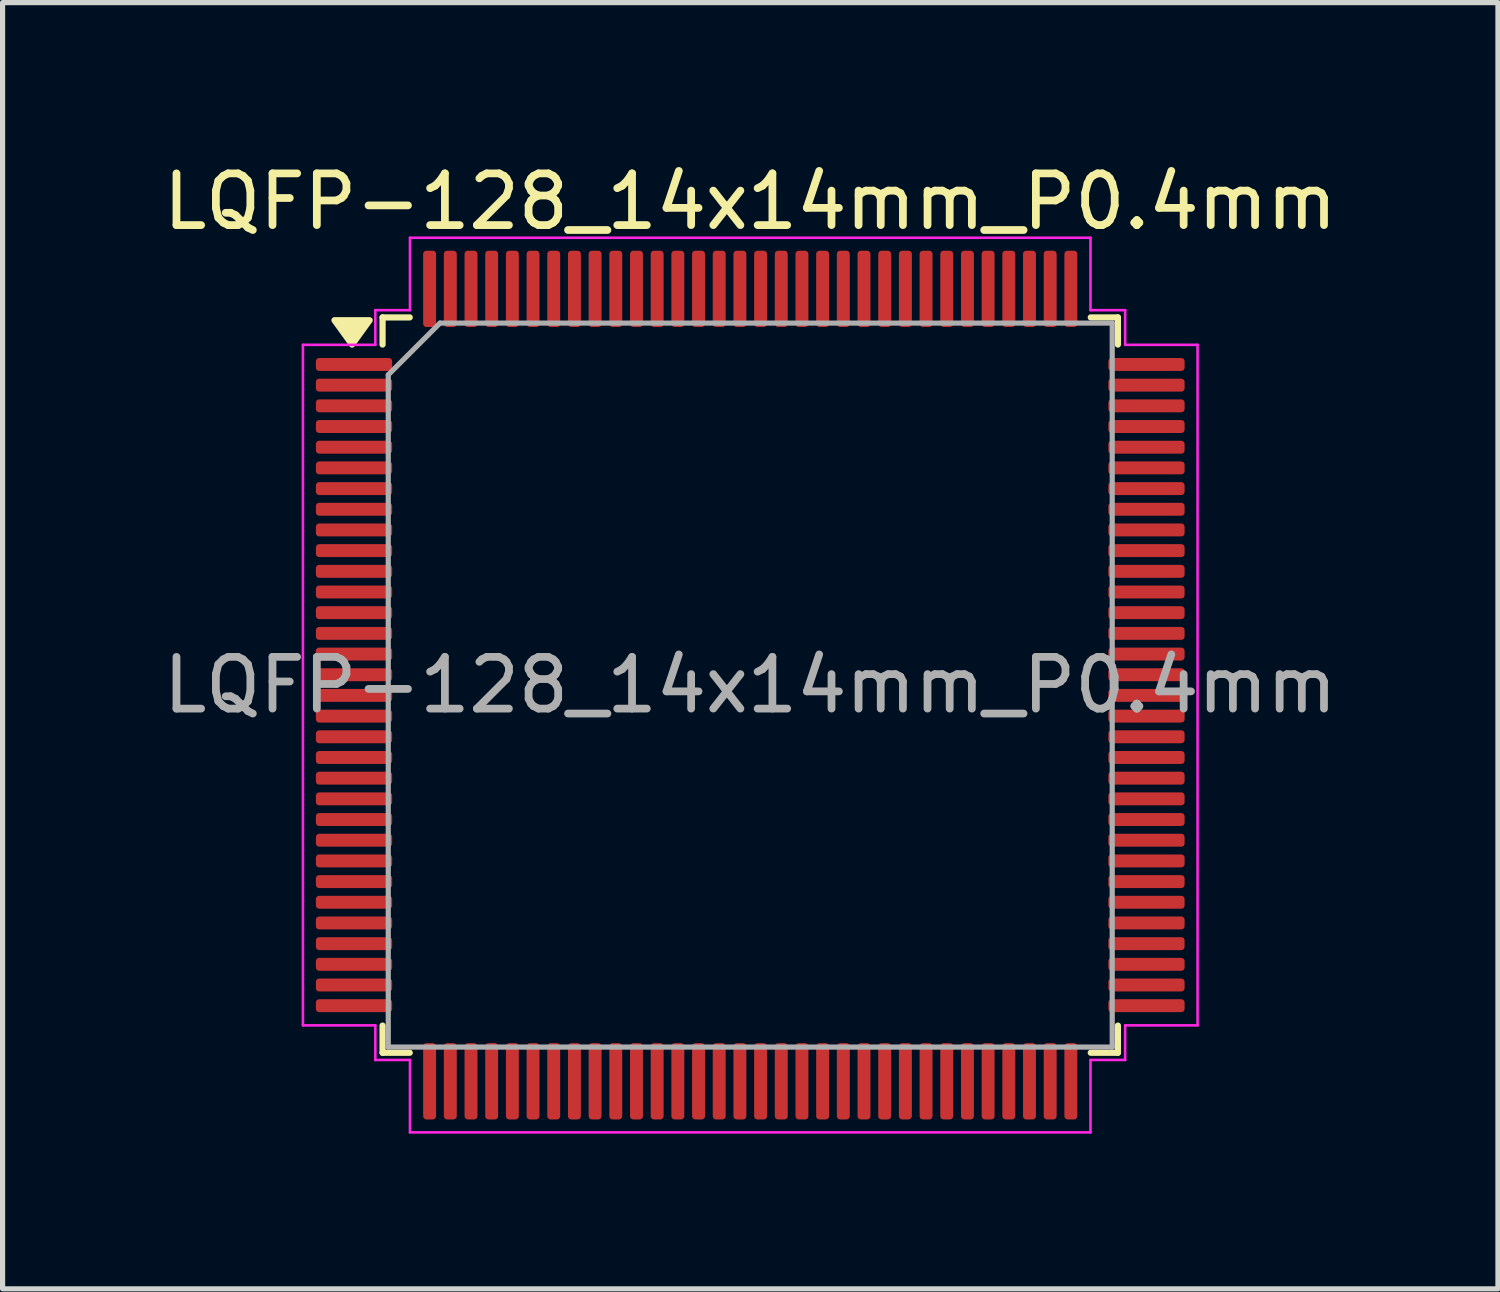
<source format=kicad_pcb>
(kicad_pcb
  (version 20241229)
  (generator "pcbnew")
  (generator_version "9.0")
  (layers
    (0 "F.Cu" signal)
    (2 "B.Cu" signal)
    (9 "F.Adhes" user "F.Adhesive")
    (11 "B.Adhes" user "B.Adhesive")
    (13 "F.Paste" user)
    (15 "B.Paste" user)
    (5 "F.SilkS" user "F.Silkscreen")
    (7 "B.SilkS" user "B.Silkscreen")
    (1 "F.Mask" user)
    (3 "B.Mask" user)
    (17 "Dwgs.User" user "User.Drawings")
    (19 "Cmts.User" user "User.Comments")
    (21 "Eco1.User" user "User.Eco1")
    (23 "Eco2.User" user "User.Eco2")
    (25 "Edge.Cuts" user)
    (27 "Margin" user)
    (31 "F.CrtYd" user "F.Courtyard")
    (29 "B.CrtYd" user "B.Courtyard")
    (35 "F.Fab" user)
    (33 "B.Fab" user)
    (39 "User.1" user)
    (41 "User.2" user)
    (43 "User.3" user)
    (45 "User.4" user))
  (footprint "LQFP-128_14x14mm_P0.4mm"
    (layer "F.Cu")
    (at 11.458 10.198)
    (property "Reference" "LQFP-128_14x14mm_P0.4mm" (at 0 -9.35 0) (layer "F.SilkS") (effects (font (size 1 1) (thickness 0.15))))
    (attr smd)
    (fp_line (start -7.11 -7.11) (end -7.11 -6.585) (stroke (width 0.12) (type solid)) (layer "F.SilkS"))
    (fp_line (start -7.11 7.11) (end -7.11 6.585) (stroke (width 0.12) (type solid)) (layer "F.SilkS"))
    (fp_line (start -6.585 -7.11) (end -7.11 -7.11) (stroke (width 0.12) (type solid)) (layer "F.SilkS"))
    (fp_line (start -6.585 7.11) (end -7.11 7.11) (stroke (width 0.12) (type solid)) (layer "F.SilkS"))
    (fp_line (start 6.585 -7.11) (end 7.11 -7.11) (stroke (width 0.12) (type solid)) (layer "F.SilkS"))
    (fp_line (start 6.585 7.11) (end 7.11 7.11) (stroke (width 0.12) (type solid)) (layer "F.SilkS"))
    (fp_line (start 7.11 -7.11) (end 7.11 -6.585) (stroke (width 0.12) (type solid)) (layer "F.SilkS"))
    (fp_line (start 7.11 7.11) (end 7.11 6.585) (stroke (width 0.12) (type solid)) (layer "F.SilkS"))
    (fp_poly (pts (xy -7.7 -6.585) (xy -8.04 -7.055) (xy -7.36 -7.055)) (stroke (width 0.12) (type solid)) (fill yes) (layer "F.SilkS"))
    (fp_line (start -8.65 -6.58) (end -7.25 -6.58) (stroke (width 0.05) (type solid)) (layer "F.CrtYd"))
    (fp_line (start -8.65 6.58) (end -8.65 -6.58) (stroke (width 0.05) (type solid)) (layer "F.CrtYd"))
    (fp_line (start -7.25 -7.25) (end -6.58 -7.25) (stroke (width 0.05) (type solid)) (layer "F.CrtYd"))
    (fp_line (start -7.25 -6.58) (end -7.25 -7.25) (stroke (width 0.05) (type solid)) (layer "F.CrtYd"))
    (fp_line (start -7.25 6.58) (end -8.65 6.58) (stroke (width 0.05) (type solid)) (layer "F.CrtYd"))
    (fp_line (start -7.25 7.25) (end -7.25 6.58) (stroke (width 0.05) (type solid)) (layer "F.CrtYd"))
    (fp_line (start -6.58 -8.65) (end 6.58 -8.65) (stroke (width 0.05) (type solid)) (layer "F.CrtYd"))
    (fp_line (start -6.58 -7.25) (end -6.58 -8.65) (stroke (width 0.05) (type solid)) (layer "F.CrtYd"))
    (fp_line (start -6.58 7.25) (end -7.25 7.25) (stroke (width 0.05) (type solid)) (layer "F.CrtYd"))
    (fp_line (start -6.58 8.65) (end -6.58 7.25) (stroke (width 0.05) (type solid)) (layer "F.CrtYd"))
    (fp_line (start 6.58 -8.65) (end 6.58 -7.25) (stroke (width 0.05) (type solid)) (layer "F.CrtYd"))
    (fp_line (start 6.58 -7.25) (end 7.25 -7.25) (stroke (width 0.05) (type solid)) (layer "F.CrtYd"))
    (fp_line (start 6.58 7.25) (end 6.58 8.65) (stroke (width 0.05) (type solid)) (layer "F.CrtYd"))
    (fp_line (start 6.58 8.65) (end -6.58 8.65) (stroke (width 0.05) (type solid)) (layer "F.CrtYd"))
    (fp_line (start 7.25 -7.25) (end 7.25 -6.58) (stroke (width 0.05) (type solid)) (layer "F.CrtYd"))
    (fp_line (start 7.25 -6.58) (end 8.65 -6.58) (stroke (width 0.05) (type solid)) (layer "F.CrtYd"))
    (fp_line (start 7.25 6.58) (end 7.25 7.25) (stroke (width 0.05) (type solid)) (layer "F.CrtYd"))
    (fp_line (start 7.25 7.25) (end 6.58 7.25) (stroke (width 0.05) (type solid)) (layer "F.CrtYd"))
    (fp_line (start 8.65 -6.58) (end 8.65 6.58) (stroke (width 0.05) (type solid)) (layer "F.CrtYd"))
    (fp_line (start 8.65 6.58) (end 7.25 6.58) (stroke (width 0.05) (type solid)) (layer "F.CrtYd"))
    (fp_line (start -7 -6) (end -6 -7) (stroke (width 0.1) (type solid)) (layer "F.Fab"))
    (fp_line (start -7 7) (end -7 -6) (stroke (width 0.1) (type solid)) (layer "F.Fab"))
    (fp_line (start -6 -7) (end 7 -7) (stroke (width 0.1) (type solid)) (layer "F.Fab"))
    (fp_line (start 7 -7) (end 7 7) (stroke (width 0.1) (type solid)) (layer "F.Fab"))
    (fp_line (start 7 7) (end -7 7) (stroke (width 0.1) (type solid)) (layer "F.Fab"))
    (fp_text user "${REFERENCE}" (at 0 0 0) (layer "F.Fab") (effects (font (size 1 1) (thickness 0.15))))
    (pad "1" smd roundrect (at -7.662 -6.2) (size 1.475 0.25) (layers "F.Cu" "F.Mask" "F.Paste") (roundrect_rratio 0.25))
    (pad "2" smd roundrect (at -7.662 -5.8) (size 1.475 0.25) (layers "F.Cu" "F.Mask" "F.Paste") (roundrect_rratio 0.25))
    (pad "3" smd roundrect (at -7.662 -5.4) (size 1.475 0.25) (layers "F.Cu" "F.Mask" "F.Paste") (roundrect_rratio 0.25))
    (pad "4" smd roundrect (at -7.662 -5) (size 1.475 0.25) (layers "F.Cu" "F.Mask" "F.Paste") (roundrect_rratio 0.25))
    (pad "5" smd roundrect (at -7.662 -4.6) (size 1.475 0.25) (layers "F.Cu" "F.Mask" "F.Paste") (roundrect_rratio 0.25))
    (pad "6" smd roundrect (at -7.662 -4.2) (size 1.475 0.25) (layers "F.Cu" "F.Mask" "F.Paste") (roundrect_rratio 0.25))
    (pad "7" smd roundrect (at -7.662 -3.8) (size 1.475 0.25) (layers "F.Cu" "F.Mask" "F.Paste") (roundrect_rratio 0.25))
    (pad "8" smd roundrect (at -7.662 -3.4) (size 1.475 0.25) (layers "F.Cu" "F.Mask" "F.Paste") (roundrect_rratio 0.25))
    (pad "9" smd roundrect (at -7.662 -3) (size 1.475 0.25) (layers "F.Cu" "F.Mask" "F.Paste") (roundrect_rratio 0.25))
    (pad "10" smd roundrect (at -7.662 -2.6) (size 1.475 0.25) (layers "F.Cu" "F.Mask" "F.Paste") (roundrect_rratio 0.25))
    (pad "11" smd roundrect (at -7.662 -2.2) (size 1.475 0.25) (layers "F.Cu" "F.Mask" "F.Paste") (roundrect_rratio 0.25))
    (pad "12" smd roundrect (at -7.662 -1.8) (size 1.475 0.25) (layers "F.Cu" "F.Mask" "F.Paste") (roundrect_rratio 0.25))
    (pad "13" smd roundrect (at -7.662 -1.4) (size 1.475 0.25) (layers "F.Cu" "F.Mask" "F.Paste") (roundrect_rratio 0.25))
    (pad "14" smd roundrect (at -7.662 -1) (size 1.475 0.25) (layers "F.Cu" "F.Mask" "F.Paste") (roundrect_rratio 0.25))
    (pad "15" smd roundrect (at -7.662 -0.6) (size 1.475 0.25) (layers "F.Cu" "F.Mask" "F.Paste") (roundrect_rratio 0.25))
    (pad "16" smd roundrect (at -7.662 -0.2) (size 1.475 0.25) (layers "F.Cu" "F.Mask" "F.Paste") (roundrect_rratio 0.25))
    (pad "17" smd roundrect (at -7.662 0.2) (size 1.475 0.25) (layers "F.Cu" "F.Mask" "F.Paste") (roundrect_rratio 0.25))
    (pad "18" smd roundrect (at -7.662 0.6) (size 1.475 0.25) (layers "F.Cu" "F.Mask" "F.Paste") (roundrect_rratio 0.25))
    (pad "19" smd roundrect (at -7.662 1) (size 1.475 0.25) (layers "F.Cu" "F.Mask" "F.Paste") (roundrect_rratio 0.25))
    (pad "20" smd roundrect (at -7.662 1.4) (size 1.475 0.25) (layers "F.Cu" "F.Mask" "F.Paste") (roundrect_rratio 0.25))
    (pad "21" smd roundrect (at -7.662 1.8) (size 1.475 0.25) (layers "F.Cu" "F.Mask" "F.Paste") (roundrect_rratio 0.25))
    (pad "22" smd roundrect (at -7.662 2.2) (size 1.475 0.25) (layers "F.Cu" "F.Mask" "F.Paste") (roundrect_rratio 0.25))
    (pad "23" smd roundrect (at -7.662 2.6) (size 1.475 0.25) (layers "F.Cu" "F.Mask" "F.Paste") (roundrect_rratio 0.25))
    (pad "24" smd roundrect (at -7.662 3) (size 1.475 0.25) (layers "F.Cu" "F.Mask" "F.Paste") (roundrect_rratio 0.25))
    (pad "25" smd roundrect (at -7.662 3.4) (size 1.475 0.25) (layers "F.Cu" "F.Mask" "F.Paste") (roundrect_rratio 0.25))
    (pad "26" smd roundrect (at -7.662 3.8) (size 1.475 0.25) (layers "F.Cu" "F.Mask" "F.Paste") (roundrect_rratio 0.25))
    (pad "27" smd roundrect (at -7.662 4.2) (size 1.475 0.25) (layers "F.Cu" "F.Mask" "F.Paste") (roundrect_rratio 0.25))
    (pad "28" smd roundrect (at -7.662 4.6) (size 1.475 0.25) (layers "F.Cu" "F.Mask" "F.Paste") (roundrect_rratio 0.25))
    (pad "29" smd roundrect (at -7.662 5) (size 1.475 0.25) (layers "F.Cu" "F.Mask" "F.Paste") (roundrect_rratio 0.25))
    (pad "30" smd roundrect (at -7.662 5.4) (size 1.475 0.25) (layers "F.Cu" "F.Mask" "F.Paste") (roundrect_rratio 0.25))
    (pad "31" smd roundrect (at -7.662 5.8) (size 1.475 0.25) (layers "F.Cu" "F.Mask" "F.Paste") (roundrect_rratio 0.25))
    (pad "32" smd roundrect (at -7.662 6.2) (size 1.475 0.25) (layers "F.Cu" "F.Mask" "F.Paste") (roundrect_rratio 0.25))
    (pad "33" smd roundrect (at -6.2 7.662) (size 0.25 1.475) (layers "F.Cu" "F.Mask" "F.Paste") (roundrect_rratio 0.25))
    (pad "34" smd roundrect (at -5.8 7.662) (size 0.25 1.475) (layers "F.Cu" "F.Mask" "F.Paste") (roundrect_rratio 0.25))
    (pad "35" smd roundrect (at -5.4 7.662) (size 0.25 1.475) (layers "F.Cu" "F.Mask" "F.Paste") (roundrect_rratio 0.25))
    (pad "36" smd roundrect (at -5 7.662) (size 0.25 1.475) (layers "F.Cu" "F.Mask" "F.Paste") (roundrect_rratio 0.25))
    (pad "37" smd roundrect (at -4.6 7.662) (size 0.25 1.475) (layers "F.Cu" "F.Mask" "F.Paste") (roundrect_rratio 0.25))
    (pad "38" smd roundrect (at -4.2 7.662) (size 0.25 1.475) (layers "F.Cu" "F.Mask" "F.Paste") (roundrect_rratio 0.25))
    (pad "39" smd roundrect (at -3.8 7.662) (size 0.25 1.475) (layers "F.Cu" "F.Mask" "F.Paste") (roundrect_rratio 0.25))
    (pad "40" smd roundrect (at -3.4 7.662) (size 0.25 1.475) (layers "F.Cu" "F.Mask" "F.Paste") (roundrect_rratio 0.25))
    (pad "41" smd roundrect (at -3 7.662) (size 0.25 1.475) (layers "F.Cu" "F.Mask" "F.Paste") (roundrect_rratio 0.25))
    (pad "42" smd roundrect (at -2.6 7.662) (size 0.25 1.475) (layers "F.Cu" "F.Mask" "F.Paste") (roundrect_rratio 0.25))
    (pad "43" smd roundrect (at -2.2 7.662) (size 0.25 1.475) (layers "F.Cu" "F.Mask" "F.Paste") (roundrect_rratio 0.25))
    (pad "44" smd roundrect (at -1.8 7.662) (size 0.25 1.475) (layers "F.Cu" "F.Mask" "F.Paste") (roundrect_rratio 0.25))
    (pad "45" smd roundrect (at -1.4 7.662) (size 0.25 1.475) (layers "F.Cu" "F.Mask" "F.Paste") (roundrect_rratio 0.25))
    (pad "46" smd roundrect (at -1 7.662) (size 0.25 1.475) (layers "F.Cu" "F.Mask" "F.Paste") (roundrect_rratio 0.25))
    (pad "47" smd roundrect (at -0.6 7.662) (size 0.25 1.475) (layers "F.Cu" "F.Mask" "F.Paste") (roundrect_rratio 0.25))
    (pad "48" smd roundrect (at -0.2 7.662) (size 0.25 1.475) (layers "F.Cu" "F.Mask" "F.Paste") (roundrect_rratio 0.25))
    (pad "49" smd roundrect (at 0.2 7.662) (size 0.25 1.475) (layers "F.Cu" "F.Mask" "F.Paste") (roundrect_rratio 0.25))
    (pad "50" smd roundrect (at 0.6 7.662) (size 0.25 1.475) (layers "F.Cu" "F.Mask" "F.Paste") (roundrect_rratio 0.25))
    (pad "51" smd roundrect (at 1 7.662) (size 0.25 1.475) (layers "F.Cu" "F.Mask" "F.Paste") (roundrect_rratio 0.25))
    (pad "52" smd roundrect (at 1.4 7.662) (size 0.25 1.475) (layers "F.Cu" "F.Mask" "F.Paste") (roundrect_rratio 0.25))
    (pad "53" smd roundrect (at 1.8 7.662) (size 0.25 1.475) (layers "F.Cu" "F.Mask" "F.Paste") (roundrect_rratio 0.25))
    (pad "54" smd roundrect (at 2.2 7.662) (size 0.25 1.475) (layers "F.Cu" "F.Mask" "F.Paste") (roundrect_rratio 0.25))
    (pad "55" smd roundrect (at 2.6 7.662) (size 0.25 1.475) (layers "F.Cu" "F.Mask" "F.Paste") (roundrect_rratio 0.25))
    (pad "56" smd roundrect (at 3 7.662) (size 0.25 1.475) (layers "F.Cu" "F.Mask" "F.Paste") (roundrect_rratio 0.25))
    (pad "57" smd roundrect (at 3.4 7.662) (size 0.25 1.475) (layers "F.Cu" "F.Mask" "F.Paste") (roundrect_rratio 0.25))
    (pad "58" smd roundrect (at 3.8 7.662) (size 0.25 1.475) (layers "F.Cu" "F.Mask" "F.Paste") (roundrect_rratio 0.25))
    (pad "59" smd roundrect (at 4.2 7.662) (size 0.25 1.475) (layers "F.Cu" "F.Mask" "F.Paste") (roundrect_rratio 0.25))
    (pad "60" smd roundrect (at 4.6 7.662) (size 0.25 1.475) (layers "F.Cu" "F.Mask" "F.Paste") (roundrect_rratio 0.25))
    (pad "61" smd roundrect (at 5 7.662) (size 0.25 1.475) (layers "F.Cu" "F.Mask" "F.Paste") (roundrect_rratio 0.25))
    (pad "62" smd roundrect (at 5.4 7.662) (size 0.25 1.475) (layers "F.Cu" "F.Mask" "F.Paste") (roundrect_rratio 0.25))
    (pad "63" smd roundrect (at 5.8 7.662) (size 0.25 1.475) (layers "F.Cu" "F.Mask" "F.Paste") (roundrect_rratio 0.25))
    (pad "64" smd roundrect (at 6.2 7.662) (size 0.25 1.475) (layers "F.Cu" "F.Mask" "F.Paste") (roundrect_rratio 0.25))
    (pad "65" smd roundrect (at 7.662 6.2) (size 1.475 0.25) (layers "F.Cu" "F.Mask" "F.Paste") (roundrect_rratio 0.25))
    (pad "66" smd roundrect (at 7.662 5.8) (size 1.475 0.25) (layers "F.Cu" "F.Mask" "F.Paste") (roundrect_rratio 0.25))
    (pad "67" smd roundrect (at 7.662 5.4) (size 1.475 0.25) (layers "F.Cu" "F.Mask" "F.Paste") (roundrect_rratio 0.25))
    (pad "68" smd roundrect (at 7.662 5) (size 1.475 0.25) (layers "F.Cu" "F.Mask" "F.Paste") (roundrect_rratio 0.25))
    (pad "69" smd roundrect (at 7.662 4.6) (size 1.475 0.25) (layers "F.Cu" "F.Mask" "F.Paste") (roundrect_rratio 0.25))
    (pad "70" smd roundrect (at 7.662 4.2) (size 1.475 0.25) (layers "F.Cu" "F.Mask" "F.Paste") (roundrect_rratio 0.25))
    (pad "71" smd roundrect (at 7.662 3.8) (size 1.475 0.25) (layers "F.Cu" "F.Mask" "F.Paste") (roundrect_rratio 0.25))
    (pad "72" smd roundrect (at 7.662 3.4) (size 1.475 0.25) (layers "F.Cu" "F.Mask" "F.Paste") (roundrect_rratio 0.25))
    (pad "73" smd roundrect (at 7.662 3) (size 1.475 0.25) (layers "F.Cu" "F.Mask" "F.Paste") (roundrect_rratio 0.25))
    (pad "74" smd roundrect (at 7.662 2.6) (size 1.475 0.25) (layers "F.Cu" "F.Mask" "F.Paste") (roundrect_rratio 0.25))
    (pad "75" smd roundrect (at 7.662 2.2) (size 1.475 0.25) (layers "F.Cu" "F.Mask" "F.Paste") (roundrect_rratio 0.25))
    (pad "76" smd roundrect (at 7.662 1.8) (size 1.475 0.25) (layers "F.Cu" "F.Mask" "F.Paste") (roundrect_rratio 0.25))
    (pad "77" smd roundrect (at 7.662 1.4) (size 1.475 0.25) (layers "F.Cu" "F.Mask" "F.Paste") (roundrect_rratio 0.25))
    (pad "78" smd roundrect (at 7.662 1) (size 1.475 0.25) (layers "F.Cu" "F.Mask" "F.Paste") (roundrect_rratio 0.25))
    (pad "79" smd roundrect (at 7.662 0.6) (size 1.475 0.25) (layers "F.Cu" "F.Mask" "F.Paste") (roundrect_rratio 0.25))
    (pad "80" smd roundrect (at 7.662 0.2) (size 1.475 0.25) (layers "F.Cu" "F.Mask" "F.Paste") (roundrect_rratio 0.25))
    (pad "81" smd roundrect (at 7.662 -0.2) (size 1.475 0.25) (layers "F.Cu" "F.Mask" "F.Paste") (roundrect_rratio 0.25))
    (pad "82" smd roundrect (at 7.662 -0.6) (size 1.475 0.25) (layers "F.Cu" "F.Mask" "F.Paste") (roundrect_rratio 0.25))
    (pad "83" smd roundrect (at 7.662 -1) (size 1.475 0.25) (layers "F.Cu" "F.Mask" "F.Paste") (roundrect_rratio 0.25))
    (pad "84" smd roundrect (at 7.662 -1.4) (size 1.475 0.25) (layers "F.Cu" "F.Mask" "F.Paste") (roundrect_rratio 0.25))
    (pad "85" smd roundrect (at 7.662 -1.8) (size 1.475 0.25) (layers "F.Cu" "F.Mask" "F.Paste") (roundrect_rratio 0.25))
    (pad "86" smd roundrect (at 7.662 -2.2) (size 1.475 0.25) (layers "F.Cu" "F.Mask" "F.Paste") (roundrect_rratio 0.25))
    (pad "87" smd roundrect (at 7.662 -2.6) (size 1.475 0.25) (layers "F.Cu" "F.Mask" "F.Paste") (roundrect_rratio 0.25))
    (pad "88" smd roundrect (at 7.662 -3) (size 1.475 0.25) (layers "F.Cu" "F.Mask" "F.Paste") (roundrect_rratio 0.25))
    (pad "89" smd roundrect (at 7.662 -3.4) (size 1.475 0.25) (layers "F.Cu" "F.Mask" "F.Paste") (roundrect_rratio 0.25))
    (pad "90" smd roundrect (at 7.662 -3.8) (size 1.475 0.25) (layers "F.Cu" "F.Mask" "F.Paste") (roundrect_rratio 0.25))
    (pad "91" smd roundrect (at 7.662 -4.2) (size 1.475 0.25) (layers "F.Cu" "F.Mask" "F.Paste") (roundrect_rratio 0.25))
    (pad "92" smd roundrect (at 7.662 -4.6) (size 1.475 0.25) (layers "F.Cu" "F.Mask" "F.Paste") (roundrect_rratio 0.25))
    (pad "93" smd roundrect (at 7.662 -5) (size 1.475 0.25) (layers "F.Cu" "F.Mask" "F.Paste") (roundrect_rratio 0.25))
    (pad "94" smd roundrect (at 7.662 -5.4) (size 1.475 0.25) (layers "F.Cu" "F.Mask" "F.Paste") (roundrect_rratio 0.25))
    (pad "95" smd roundrect (at 7.662 -5.8) (size 1.475 0.25) (layers "F.Cu" "F.Mask" "F.Paste") (roundrect_rratio 0.25))
    (pad "96" smd roundrect (at 7.662 -6.2) (size 1.475 0.25) (layers "F.Cu" "F.Mask" "F.Paste") (roundrect_rratio 0.25))
    (pad "97" smd roundrect (at 6.2 -7.662) (size 0.25 1.475) (layers "F.Cu" "F.Mask" "F.Paste") (roundrect_rratio 0.25))
    (pad "98" smd roundrect (at 5.8 -7.662) (size 0.25 1.475) (layers "F.Cu" "F.Mask" "F.Paste") (roundrect_rratio 0.25))
    (pad "99" smd roundrect (at 5.4 -7.662) (size 0.25 1.475) (layers "F.Cu" "F.Mask" "F.Paste") (roundrect_rratio 0.25))
    (pad "100" smd roundrect (at 5 -7.662) (size 0.25 1.475) (layers "F.Cu" "F.Mask" "F.Paste") (roundrect_rratio 0.25))
    (pad "101" smd roundrect (at 4.6 -7.662) (size 0.25 1.475) (layers "F.Cu" "F.Mask" "F.Paste") (roundrect_rratio 0.25))
    (pad "102" smd roundrect (at 4.2 -7.662) (size 0.25 1.475) (layers "F.Cu" "F.Mask" "F.Paste") (roundrect_rratio 0.25))
    (pad "103" smd roundrect (at 3.8 -7.662) (size 0.25 1.475) (layers "F.Cu" "F.Mask" "F.Paste") (roundrect_rratio 0.25))
    (pad "104" smd roundrect (at 3.4 -7.662) (size 0.25 1.475) (layers "F.Cu" "F.Mask" "F.Paste") (roundrect_rratio 0.25))
    (pad "105" smd roundrect (at 3 -7.662) (size 0.25 1.475) (layers "F.Cu" "F.Mask" "F.Paste") (roundrect_rratio 0.25))
    (pad "106" smd roundrect (at 2.6 -7.662) (size 0.25 1.475) (layers "F.Cu" "F.Mask" "F.Paste") (roundrect_rratio 0.25))
    (pad "107" smd roundrect (at 2.2 -7.662) (size 0.25 1.475) (layers "F.Cu" "F.Mask" "F.Paste") (roundrect_rratio 0.25))
    (pad "108" smd roundrect (at 1.8 -7.662) (size 0.25 1.475) (layers "F.Cu" "F.Mask" "F.Paste") (roundrect_rratio 0.25))
    (pad "109" smd roundrect (at 1.4 -7.662) (size 0.25 1.475) (layers "F.Cu" "F.Mask" "F.Paste") (roundrect_rratio 0.25))
    (pad "110" smd roundrect (at 1 -7.662) (size 0.25 1.475) (layers "F.Cu" "F.Mask" "F.Paste") (roundrect_rratio 0.25))
    (pad "111" smd roundrect (at 0.6 -7.662) (size 0.25 1.475) (layers "F.Cu" "F.Mask" "F.Paste") (roundrect_rratio 0.25))
    (pad "112" smd roundrect (at 0.2 -7.662) (size 0.25 1.475) (layers "F.Cu" "F.Mask" "F.Paste") (roundrect_rratio 0.25))
    (pad "113" smd roundrect (at -0.2 -7.662) (size 0.25 1.475) (layers "F.Cu" "F.Mask" "F.Paste") (roundrect_rratio 0.25))
    (pad "114" smd roundrect (at -0.6 -7.662) (size 0.25 1.475) (layers "F.Cu" "F.Mask" "F.Paste") (roundrect_rratio 0.25))
    (pad "115" smd roundrect (at -1 -7.662) (size 0.25 1.475) (layers "F.Cu" "F.Mask" "F.Paste") (roundrect_rratio 0.25))
    (pad "116" smd roundrect (at -1.4 -7.662) (size 0.25 1.475) (layers "F.Cu" "F.Mask" "F.Paste") (roundrect_rratio 0.25))
    (pad "117" smd roundrect (at -1.8 -7.662) (size 0.25 1.475) (layers "F.Cu" "F.Mask" "F.Paste") (roundrect_rratio 0.25))
    (pad "118" smd roundrect (at -2.2 -7.662) (size 0.25 1.475) (layers "F.Cu" "F.Mask" "F.Paste") (roundrect_rratio 0.25))
    (pad "119" smd roundrect (at -2.6 -7.662) (size 0.25 1.475) (layers "F.Cu" "F.Mask" "F.Paste") (roundrect_rratio 0.25))
    (pad "120" smd roundrect (at -3 -7.662) (size 0.25 1.475) (layers "F.Cu" "F.Mask" "F.Paste") (roundrect_rratio 0.25))
    (pad "121" smd roundrect (at -3.4 -7.662) (size 0.25 1.475) (layers "F.Cu" "F.Mask" "F.Paste") (roundrect_rratio 0.25))
    (pad "122" smd roundrect (at -3.8 -7.662) (size 0.25 1.475) (layers "F.Cu" "F.Mask" "F.Paste") (roundrect_rratio 0.25))
    (pad "123" smd roundrect (at -4.2 -7.662) (size 0.25 1.475) (layers "F.Cu" "F.Mask" "F.Paste") (roundrect_rratio 0.25))
    (pad "124" smd roundrect (at -4.6 -7.662) (size 0.25 1.475) (layers "F.Cu" "F.Mask" "F.Paste") (roundrect_rratio 0.25))
    (pad "125" smd roundrect (at -5 -7.662) (size 0.25 1.475) (layers "F.Cu" "F.Mask" "F.Paste") (roundrect_rratio 0.25))
    (pad "126" smd roundrect (at -5.4 -7.662) (size 0.25 1.475) (layers "F.Cu" "F.Mask" "F.Paste") (roundrect_rratio 0.25))
    (pad "127" smd roundrect (at -5.8 -7.662) (size 0.25 1.475) (layers "F.Cu" "F.Mask" "F.Paste") (roundrect_rratio 0.25))
    (pad "128" smd roundrect (at -6.2 -7.662) (size 0.25 1.475) (layers "F.Cu" "F.Mask" "F.Paste") (roundrect_rratio 0.25)))
  (gr_rect
    (start -3 -3)
    (end 25.917 21.873)
    (stroke (width 0.1) (type default))
    (fill no)
    (layer "Edge.Cuts")))
</source>
